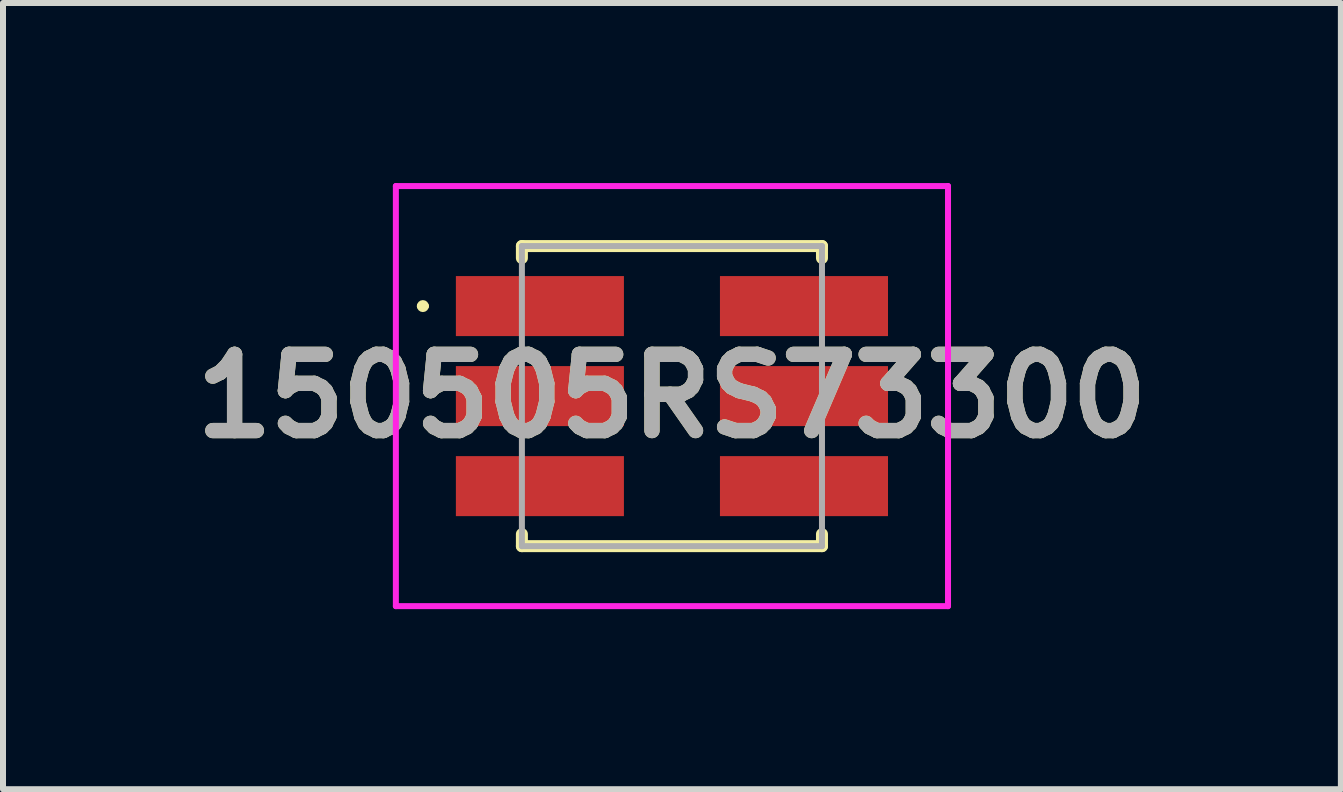
<source format=kicad_pcb>
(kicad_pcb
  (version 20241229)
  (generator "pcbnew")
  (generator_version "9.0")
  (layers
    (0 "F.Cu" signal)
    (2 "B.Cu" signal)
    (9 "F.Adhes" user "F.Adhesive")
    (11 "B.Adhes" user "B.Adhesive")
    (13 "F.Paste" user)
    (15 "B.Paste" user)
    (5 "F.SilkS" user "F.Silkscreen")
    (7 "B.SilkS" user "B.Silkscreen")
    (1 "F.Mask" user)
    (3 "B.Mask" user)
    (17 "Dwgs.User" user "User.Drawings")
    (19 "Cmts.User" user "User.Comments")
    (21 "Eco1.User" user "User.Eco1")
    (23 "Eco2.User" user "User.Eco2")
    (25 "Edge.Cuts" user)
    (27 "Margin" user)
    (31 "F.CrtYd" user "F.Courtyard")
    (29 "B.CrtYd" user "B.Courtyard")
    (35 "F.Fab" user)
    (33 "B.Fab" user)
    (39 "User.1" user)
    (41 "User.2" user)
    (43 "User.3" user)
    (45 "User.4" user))
  (footprint "150505RS73300"
    (layer "F.Cu")
    (at 8.146 3.55)
    (property "Reference" "150505RS73300" (at 0 0 0) (layer "F.SilkS") (effects (font (size 1.27 1.27) (thickness 0.254))))
    (attr smd)
    (fp_line (start -4.2 -1.5) (end -4.2 -1.5) (stroke (width 0.1) (type solid)) (layer "F.SilkS"))
    (fp_line (start -4.1 -1.5) (end -4.1 -1.5) (stroke (width 0.1) (type solid)) (layer "F.SilkS"))
    (fp_line (start -2.5 -2.5) (end 2.5 -2.5) (stroke (width 0.2) (type solid)) (layer "F.SilkS"))
    (fp_line (start -2.5 -2.3) (end -2.5 -2.5) (stroke (width 0.2) (type solid)) (layer "F.SilkS"))
    (fp_line (start -2.5 2.3) (end -2.5 2.5) (stroke (width 0.2) (type solid)) (layer "F.SilkS"))
    (fp_line (start -2.5 2.5) (end 2.5 2.5) (stroke (width 0.2) (type solid)) (layer "F.SilkS"))
    (fp_line (start 2.5 -2.5) (end 2.5 -2.3) (stroke (width 0.2) (type solid)) (layer "F.SilkS"))
    (fp_line (start 2.5 2.5) (end 2.5 2.3) (stroke (width 0.2) (type solid)) (layer "F.SilkS"))
    (fp_arc (start -4.2 -1.5) (mid -4.15 -1.55) (end -4.1 -1.5) (stroke (width 0.1) (type solid)) (layer "F.SilkS"))
    (fp_arc (start -4.1 -1.5) (mid -4.15 -1.45) (end -4.2 -1.5) (stroke (width 0.1) (type solid)) (layer "F.SilkS"))
    (fp_line (start -4.6 -3.5) (end 4.6 -3.5) (stroke (width 0.1) (type solid)) (layer "F.CrtYd"))
    (fp_line (start -4.6 3.5) (end -4.6 -3.5) (stroke (width 0.1) (type solid)) (layer "F.CrtYd"))
    (fp_line (start 4.6 -3.5) (end 4.6 3.5) (stroke (width 0.1) (type solid)) (layer "F.CrtYd"))
    (fp_line (start 4.6 3.5) (end -4.6 3.5) (stroke (width 0.1) (type solid)) (layer "F.CrtYd"))
    (fp_line (start -2.5 -2.5) (end 2.5 -2.5) (stroke (width 0.1) (type solid)) (layer "F.Fab"))
    (fp_line (start -2.5 2.5) (end -2.5 -2.5) (stroke (width 0.1) (type solid)) (layer "F.Fab"))
    (fp_line (start 2.5 -2.5) (end 2.5 2.5) (stroke (width 0.1) (type solid)) (layer "F.Fab"))
    (fp_line (start 2.5 2.5) (end -2.5 2.5) (stroke (width 0.1) (type solid)) (layer "F.Fab"))
    (fp_text user "${REFERENCE}" (at 0 0 0) (layer "F.Fab") (effects (font (size 1.27 1.27) (thickness 0.254))))
    (pad "1" smd rect (at -2.2 -1.5 90) (size 1 2.8) (layers "F.Cu" "F.Mask" "F.Paste"))
    (pad "2" smd rect (at 2.2 -1.5 90) (size 1 2.8) (layers "F.Cu" "F.Mask" "F.Paste"))
    (pad "3" smd rect (at -2.2 0 90) (size 1 2.8) (layers "F.Cu" "F.Mask" "F.Paste"))
    (pad "4" smd rect (at 2.2 0 90) (size 1 2.8) (layers "F.Cu" "F.Mask" "F.Paste"))
    (pad "5" smd rect (at -2.2 1.5 90) (size 1 2.8) (layers "F.Cu" "F.Mask" "F.Paste"))
    (pad "6" smd rect (at 2.2 1.5 90) (size 1 2.8) (layers "F.Cu" "F.Mask" "F.Paste")))
  (gr_rect
    (start -3 -3)
    (end 19.292 10.1)
    (stroke (width 0.1) (type default))
    (fill no)
    (layer "Edge.Cuts")))
</source>
